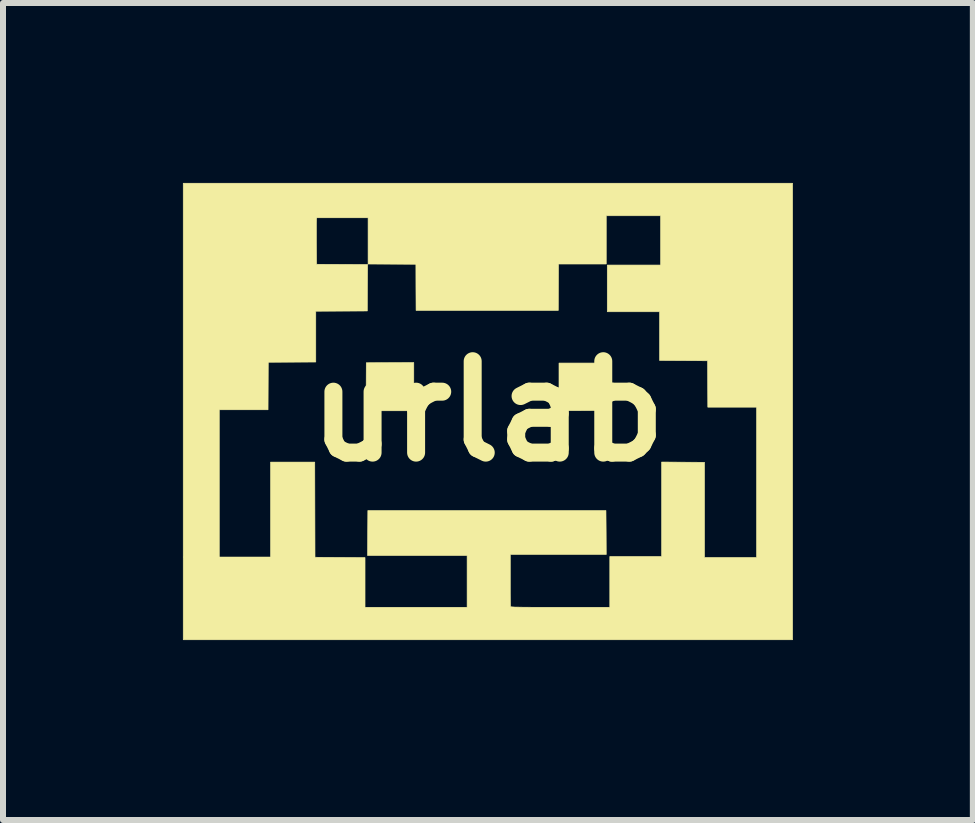
<source format=kicad_pcb>
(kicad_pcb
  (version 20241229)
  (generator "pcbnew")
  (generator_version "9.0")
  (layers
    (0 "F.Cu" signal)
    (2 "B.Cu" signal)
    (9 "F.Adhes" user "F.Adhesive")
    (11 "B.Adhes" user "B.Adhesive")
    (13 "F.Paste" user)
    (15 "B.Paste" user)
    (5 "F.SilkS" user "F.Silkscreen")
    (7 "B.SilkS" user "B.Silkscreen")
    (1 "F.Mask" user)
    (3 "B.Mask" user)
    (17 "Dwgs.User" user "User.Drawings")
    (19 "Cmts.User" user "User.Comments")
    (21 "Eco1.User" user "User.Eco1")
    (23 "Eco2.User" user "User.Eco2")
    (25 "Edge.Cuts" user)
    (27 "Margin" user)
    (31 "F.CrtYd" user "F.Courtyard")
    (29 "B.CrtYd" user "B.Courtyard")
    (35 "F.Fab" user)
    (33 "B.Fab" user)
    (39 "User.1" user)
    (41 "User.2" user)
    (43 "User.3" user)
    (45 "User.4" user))
  (footprint "urlab"
    (layer "F.Cu")
    (at 5.085 3.807)
    (property "Reference" "urlab" (at 0 0 0) (layer "F.SilkS") (effects (font (size 1.524 1.524) (thickness 0.3))))
    (attr through_hole)
    (fp_poly (pts (xy -1.236 -0.008) (xy -2.032 -0.008) (xy -2.03 -0.409) (xy -2.028 -0.809) (xy -1.632 -0.811) (xy -1.236 -0.813) (xy -1.236 -0.008)) (stroke (width 0.01) (type solid)) (fill yes) (layer "F.SilkS"))
    (fp_poly (pts (xy 1.979 -0.409) (xy 1.977 -0.013) (xy 1.587 -0.011) (xy 1.507 -0.01) (xy 1.433 -0.01) (xy 1.365 -0.01) (xy 1.306 -0.011) (xy 1.258 -0.011) (xy 1.221 -0.012) (xy 1.198 -0.013) (xy 1.191 -0.014) (xy 1.19 -0.023) (xy 1.189 -0.048) (xy 1.188 -0.086) (xy 1.187 -0.136) (xy 1.186 -0.196) (xy 1.186 -0.265) (xy 1.185 -0.34) (xy 1.185 -0.412) (xy 1.185 -0.804) (xy 1.981 -0.804) (xy 1.979 -0.409)) (stroke (width 0.01) (type solid)) (fill yes) (layer "F.SilkS"))
    (fp_poly (pts (xy 5.08 3.81) (xy -5.08 3.81) (xy -5.08 -0.025) (xy -4.479 -0.025) (xy -4.479 2.43) (xy -3.624 2.43) (xy -3.624 0.847) (xy -2.887 0.847) (xy -2.885 1.64) (xy -2.883 2.434) (xy -2.049 2.439) (xy -2.049 3.268) (xy -0.347 3.268) (xy -0.347 2.405) (xy -2.007 2.405) (xy -2.002 1.655) (xy 1.968 1.655) (xy 1.971 2.021) (xy 1.973 2.388) (xy 0.373 2.388) (xy 0.373 2.814) (xy 0.373 2.898) (xy 0.373 2.977) (xy 0.373 3.049) (xy 0.374 3.113) (xy 0.375 3.167) (xy 0.376 3.21) (xy 0.376 3.239) (xy 0.377 3.254) (xy 0.378 3.255) (xy 0.38 3.257) (xy 0.385 3.259) (xy 0.394 3.261) (xy 0.407 3.262) (xy 0.427 3.263) (xy 0.453 3.265) (xy 0.488 3.265) (xy 0.531 3.266) (xy 0.584 3.267) (xy 0.647 3.267) (xy 0.722 3.268) (xy 0.81 3.268) (xy 0.912 3.268) (xy 1.028 3.268) (xy 1.16 3.268) (xy 1.207 3.268) (xy 2.032 3.268) (xy 2.032 2.421) (xy 2.896 2.421) (xy 2.896 1.634) (xy 2.896 0.846) (xy 3.253 0.849) (xy 3.611 0.851) (xy 3.611 2.438) (xy 4.045 2.438) (xy 4.479 2.438) (xy 4.479 -0.068) (xy 3.666 -0.068) (xy 3.664 -0.455) (xy 3.662 -0.842) (xy 2.862 -0.847) (xy 2.862 -1.659) (xy 1.99 -1.659) (xy 1.99 -2.438) (xy 2.879 -2.438) (xy 2.879 -3.26) (xy 1.973 -3.26) (xy 1.973 -2.455) (xy 1.177 -2.455) (xy 1.173 -1.681) (xy -1.198 -1.681) (xy -1.2 -2.066) (xy -1.201 -2.451) (xy -1.6 -2.453) (xy -1.998 -2.455) (xy -1.998 -3.226) (xy -2.853 -3.226) (xy -2.858 -3.207) (xy -2.858 -3.194) (xy -2.859 -3.167) (xy -2.86 -3.126) (xy -2.86 -3.074) (xy -2.86 -3.013) (xy -2.86 -2.943) (xy -2.86 -2.868) (xy -2.86 -2.819) (xy -2.857 -2.451) (xy -2.006 -2.447) (xy -2.009 -2.059) (xy -2.011 -1.672) (xy -2.441 -1.67) (xy -2.87 -1.668) (xy -2.87 -0.821) (xy -3.266 -0.819) (xy -3.662 -0.817) (xy -3.664 -0.421) (xy -3.666 -0.025) (xy -4.479 -0.025) (xy -5.08 -0.025) (xy -5.08 -3.802) (xy 5.08 -3.802) (xy 5.08 3.81)) (stroke (width 0.01) (type solid)) (fill yes) (layer "F.SilkS")))
  (gr_rect
    (start -3 -3)
    (end 13.17 10.622)
    (stroke (width 0.1) (type default))
    (fill no)
    (layer "Edge.Cuts")))
</source>
